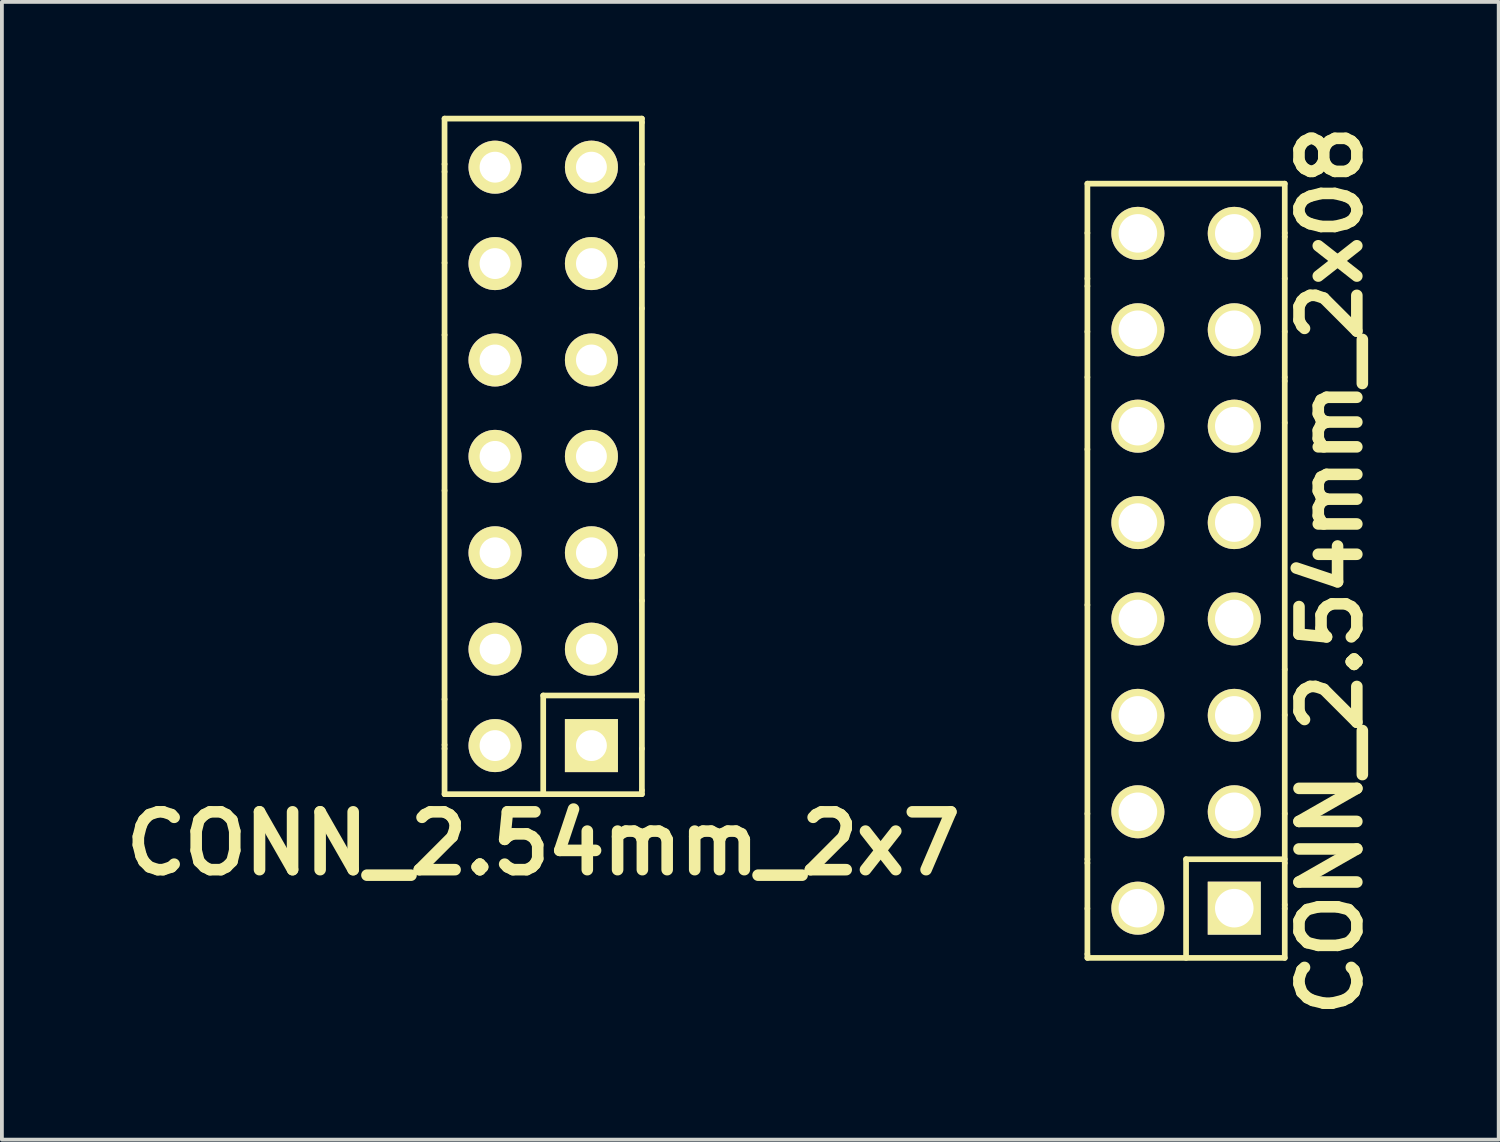
<source format=kicad_pcb>
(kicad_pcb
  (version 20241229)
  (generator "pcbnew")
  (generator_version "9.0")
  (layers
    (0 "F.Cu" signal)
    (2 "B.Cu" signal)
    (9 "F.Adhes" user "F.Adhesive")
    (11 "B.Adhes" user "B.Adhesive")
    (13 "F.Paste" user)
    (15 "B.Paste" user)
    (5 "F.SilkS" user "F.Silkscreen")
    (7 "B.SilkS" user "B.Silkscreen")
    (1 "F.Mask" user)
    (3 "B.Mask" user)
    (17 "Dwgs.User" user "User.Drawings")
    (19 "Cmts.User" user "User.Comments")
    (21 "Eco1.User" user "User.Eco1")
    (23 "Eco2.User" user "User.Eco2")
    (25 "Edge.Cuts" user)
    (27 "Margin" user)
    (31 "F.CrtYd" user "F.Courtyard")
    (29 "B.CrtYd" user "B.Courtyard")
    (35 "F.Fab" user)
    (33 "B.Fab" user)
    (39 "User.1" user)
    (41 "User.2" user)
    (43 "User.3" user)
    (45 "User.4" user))
  (footprint "CONN_2.54mm_2x08"
    (layer "F.Cu")
    (at 28.201 11.989)
    (property "Reference" "CONN_2.54mm_2x08" (at 3.81 0 90) (layer "F.SilkS") (effects (font (size 1.524 1.524) (thickness 0.305))))
    (attr through_hole)
    (fp_line (start -2.6 -10.2) (end -2.6 -8.9) (stroke (width 0.15) (type solid)) (layer "F.SilkS"))
    (fp_line (start -2.6 -8.9) (end -2.6 -7.7) (stroke (width 0.15) (type solid)) (layer "F.SilkS"))
    (fp_line (start -2.6 -7.5) (end -2.6 -7.7) (stroke (width 0.15) (type solid)) (layer "F.SilkS"))
    (fp_line (start -2.6 -6.3) (end -2.6 -7.5) (stroke (width 0.15) (type solid)) (layer "F.SilkS"))
    (fp_line (start -2.6 -5.1) (end -2.6 -6.3) (stroke (width 0.15) (type solid)) (layer "F.SilkS"))
    (fp_line (start -2.6 -5.1) (end -2.6 -3.2) (stroke (width 0.15) (type solid)) (layer "F.SilkS"))
    (fp_line (start -2.6 0.9) (end -2.6 -3.2) (stroke (width 0.15) (type solid)) (layer "F.SilkS"))
    (fp_line (start -2.6 6.4) (end -2.6 0.9) (stroke (width 0.15) (type solid)) (layer "F.SilkS"))
    (fp_line (start -2.6 6.4) (end -2.6 7.6) (stroke (width 0.15) (type solid)) (layer "F.SilkS"))
    (fp_line (start -2.6 7.6) (end -2.6 7.7) (stroke (width 0.15) (type solid)) (layer "F.SilkS"))
    (fp_line (start -2.6 8.9) (end -2.6 7.7) (stroke (width 0.15) (type solid)) (layer "F.SilkS"))
    (fp_line (start -2.6 8.9) (end -2.6 10.1) (stroke (width 0.15) (type solid)) (layer "F.SilkS"))
    (fp_line (start -2.6 10.1) (end -2.6 10.2) (stroke (width 0.15) (type solid)) (layer "F.SilkS"))
    (fp_line (start -2.6 10.2) (end 2.6 10.2) (stroke (width 0.15) (type solid)) (layer "F.SilkS"))
    (fp_line (start 0 7.6) (end 0 10.2) (stroke (width 0.15) (type solid)) (layer "F.SilkS"))
    (fp_line (start 0 7.6) (end 2.6 7.6) (stroke (width 0.15) (type solid)) (layer "F.SilkS"))
    (fp_line (start 2.6 -10.2) (end -2.6 -10.2) (stroke (width 0.15) (type solid)) (layer "F.SilkS"))
    (fp_line (start 2.6 -8.9) (end 2.6 -10.2) (stroke (width 0.15) (type solid)) (layer "F.SilkS"))
    (fp_line (start 2.6 -8.8) (end 2.6 -8.9) (stroke (width 0.15) (type solid)) (layer "F.SilkS"))
    (fp_line (start 2.6 -7.7) (end 2.6 -8.8) (stroke (width 0.15) (type solid)) (layer "F.SilkS"))
    (fp_line (start 2.6 -7.7) (end 2.6 -6.3) (stroke (width 0.15) (type solid)) (layer "F.SilkS"))
    (fp_line (start 2.6 -6.3) (end 2.6 -5.1) (stroke (width 0.15) (type solid)) (layer "F.SilkS"))
    (fp_line (start 2.6 -5) (end 2.6 -5.1) (stroke (width 0.15) (type solid)) (layer "F.SilkS"))
    (fp_line (start 2.6 -3.9) (end 2.6 -5) (stroke (width 0.15) (type solid)) (layer "F.SilkS"))
    (fp_line (start 2.6 2.6) (end 2.6 -3.9) (stroke (width 0.15) (type solid)) (layer "F.SilkS"))
    (fp_line (start 2.6 2.6) (end 2.6 3.8) (stroke (width 0.15) (type solid)) (layer "F.SilkS"))
    (fp_line (start 2.6 6.4) (end 2.6 3.8) (stroke (width 0.15) (type solid)) (layer "F.SilkS"))
    (fp_line (start 2.6 7.7) (end 2.6 6.4) (stroke (width 0.15) (type solid)) (layer "F.SilkS"))
    (fp_line (start 2.6 7.7) (end 2.6 8.8) (stroke (width 0.15) (type solid)) (layer "F.SilkS"))
    (fp_line (start 2.6 8.8) (end 2.6 8.9) (stroke (width 0.15) (type solid)) (layer "F.SilkS"))
    (fp_line (start 2.6 10.2) (end 2.6 8.9) (stroke (width 0.15) (type solid)) (layer "F.SilkS"))
    (pad "1" thru_hole rect (at 1.27 8.89) (size 1.397 1.397) (drill 1.016) (layers "*.Cu" "*.Mask" "F.SilkS"))
    (pad "2" thru_hole circle (at -1.27 8.89) (size 1.397 1.397) (drill 1.016) (layers "*.Cu" "*.Mask" "F.SilkS"))
    (pad "3" thru_hole circle (at 1.27 6.35) (size 1.397 1.397) (drill 1.016) (layers "*.Cu" "*.Mask" "F.SilkS"))
    (pad "4" thru_hole circle (at -1.27 6.35) (size 1.397 1.397) (drill 1.016) (layers "*.Cu" "*.Mask" "F.SilkS"))
    (pad "5" thru_hole circle (at 1.27 3.81) (size 1.397 1.397) (drill 1.016) (layers "*.Cu" "*.Mask" "F.SilkS"))
    (pad "6" thru_hole circle (at -1.27 3.81) (size 1.397 1.397) (drill 1.016) (layers "*.Cu" "*.Mask" "F.SilkS"))
    (pad "7" thru_hole circle (at 1.27 1.27) (size 1.397 1.397) (drill 1.016) (layers "*.Cu" "*.Mask" "F.SilkS"))
    (pad "8" thru_hole circle (at -1.27 1.27) (size 1.397 1.397) (drill 1.016) (layers "*.Cu" "*.Mask" "F.SilkS"))
    (pad "9" thru_hole circle (at 1.27 -1.27) (size 1.397 1.397) (drill 1.016) (layers "*.Cu" "*.Mask" "F.SilkS"))
    (pad "10" thru_hole circle (at -1.27 -1.27) (size 1.397 1.397) (drill 1.016) (layers "*.Cu" "*.Mask" "F.SilkS"))
    (pad "11" thru_hole circle (at 1.27 -3.81) (size 1.397 1.397) (drill 1.016) (layers "*.Cu" "*.Mask" "F.SilkS"))
    (pad "12" thru_hole circle (at -1.27 -3.81) (size 1.397 1.397) (drill 1.016) (layers "*.Cu" "*.Mask" "F.SilkS"))
    (pad "13" thru_hole circle (at 1.27 -6.35) (size 1.397 1.397) (drill 1.016) (layers "*.Cu" "*.Mask" "F.SilkS"))
    (pad "14" thru_hole circle (at -1.27 -6.35) (size 1.397 1.397) (drill 1.016) (layers "*.Cu" "*.Mask" "F.SilkS"))
    (pad "15" thru_hole circle (at 1.27 -8.89) (size 1.397 1.397) (drill 1.016) (layers "*.Cu" "*.Mask" "F.SilkS"))
    (pad "16" thru_hole circle (at -1.27 -8.89) (size 1.397 1.397) (drill 1.016) (layers "*.Cu" "*.Mask" "F.SilkS")))
  (footprint "CONN_2.54mm_2x7"
    (layer "F.Cu")
    (at 11.263 8.975)
    (property "Reference" "CONN_2.54mm_2x7" (at 0 10.2 0) (layer "F.SilkS") (effects (font (size 1.524 1.524) (thickness 0.305))))
    (attr through_hole)
    (fp_line (start -2.6 -8.9) (end -2.6 -7.7) (stroke (width 0.15) (type solid)) (layer "F.SilkS"))
    (fp_line (start -2.6 -7.5) (end -2.6 -7.7) (stroke (width 0.15) (type solid)) (layer "F.SilkS"))
    (fp_line (start -2.6 -6.3) (end -2.6 -7.5) (stroke (width 0.15) (type solid)) (layer "F.SilkS"))
    (fp_line (start -2.6 -5.1) (end -2.6 -6.3) (stroke (width 0.15) (type solid)) (layer "F.SilkS"))
    (fp_line (start -2.6 -5.1) (end -2.6 -3.2) (stroke (width 0.15) (type solid)) (layer "F.SilkS"))
    (fp_line (start -2.6 0.9) (end -2.6 -3.2) (stroke (width 0.15) (type solid)) (layer "F.SilkS"))
    (fp_line (start -2.6 6.4) (end -2.6 0.9) (stroke (width 0.15) (type solid)) (layer "F.SilkS"))
    (fp_line (start -2.6 6.4) (end -2.6 7.6) (stroke (width 0.15) (type solid)) (layer "F.SilkS"))
    (fp_line (start -2.6 7.6) (end -2.6 7.7) (stroke (width 0.15) (type solid)) (layer "F.SilkS"))
    (fp_line (start -2.6 8.9) (end -2.6 7.7) (stroke (width 0.15) (type solid)) (layer "F.SilkS"))
    (fp_line (start 0 6.3) (end 2.6 6.3) (stroke (width 0.15) (type solid)) (layer "F.SilkS"))
    (fp_line (start 0 8.9) (end 0 6.3) (stroke (width 0.15) (type solid)) (layer "F.SilkS"))
    (fp_line (start 2.6 -8.9) (end -2.6 -8.9) (stroke (width 0.15) (type solid)) (layer "F.SilkS"))
    (fp_line (start 2.6 -8.8) (end 2.6 -8.9) (stroke (width 0.15) (type solid)) (layer "F.SilkS"))
    (fp_line (start 2.6 -7.7) (end 2.6 -8.8) (stroke (width 0.15) (type solid)) (layer "F.SilkS"))
    (fp_line (start 2.6 -7.7) (end 2.6 -6.3) (stroke (width 0.15) (type solid)) (layer "F.SilkS"))
    (fp_line (start 2.6 -6.3) (end 2.6 -5.1) (stroke (width 0.15) (type solid)) (layer "F.SilkS"))
    (fp_line (start 2.6 -5) (end 2.6 -5.1) (stroke (width 0.15) (type solid)) (layer "F.SilkS"))
    (fp_line (start 2.6 -3.9) (end 2.6 -5) (stroke (width 0.15) (type solid)) (layer "F.SilkS"))
    (fp_line (start 2.6 2.6) (end 2.6 -3.9) (stroke (width 0.15) (type solid)) (layer "F.SilkS"))
    (fp_line (start 2.6 2.6) (end 2.6 3.8) (stroke (width 0.15) (type solid)) (layer "F.SilkS"))
    (fp_line (start 2.6 6.4) (end 2.6 3.8) (stroke (width 0.15) (type solid)) (layer "F.SilkS"))
    (fp_line (start 2.6 7.7) (end 2.6 6.4) (stroke (width 0.15) (type solid)) (layer "F.SilkS"))
    (fp_line (start 2.6 7.7) (end 2.6 8.8) (stroke (width 0.15) (type solid)) (layer "F.SilkS"))
    (fp_line (start 2.6 8.8) (end 2.6 8.9) (stroke (width 0.15) (type solid)) (layer "F.SilkS"))
    (fp_line (start 2.6 8.9) (end -2.6 8.9) (stroke (width 0.15) (type solid)) (layer "F.SilkS"))
    (pad "1" thru_hole rect (at 1.27 7.62) (size 1.397 1.397) (drill 0.813) (layers "*.Cu" "*.Mask" "F.SilkS"))
    (pad "2" thru_hole circle (at -1.27 7.62) (size 1.397 1.397) (drill 0.813) (layers "*.Cu" "*.Mask" "F.SilkS"))
    (pad "3" thru_hole circle (at 1.27 5.08) (size 1.397 1.397) (drill 0.813) (layers "*.Cu" "*.Mask" "F.SilkS"))
    (pad "4" thru_hole circle (at -1.27 5.08) (size 1.397 1.397) (drill 0.813) (layers "*.Cu" "*.Mask" "F.SilkS"))
    (pad "5" thru_hole circle (at 1.27 2.54) (size 1.397 1.397) (drill 0.813) (layers "*.Cu" "*.Mask" "F.SilkS"))
    (pad "6" thru_hole circle (at -1.27 2.54) (size 1.397 1.397) (drill 0.813) (layers "*.Cu" "*.Mask" "F.SilkS"))
    (pad "7" thru_hole circle (at 1.27 0) (size 1.397 1.397) (drill 0.813) (layers "*.Cu" "*.Mask" "F.SilkS"))
    (pad "8" thru_hole circle (at -1.27 0) (size 1.397 1.397) (drill 0.813) (layers "*.Cu" "*.Mask" "F.SilkS"))
    (pad "9" thru_hole circle (at 1.27 -2.54) (size 1.397 1.397) (drill 0.813) (layers "*.Cu" "*.Mask" "F.SilkS"))
    (pad "10" thru_hole circle (at -1.27 -2.54) (size 1.397 1.397) (drill 0.813) (layers "*.Cu" "*.Mask" "F.SilkS"))
    (pad "11" thru_hole circle (at 1.27 -5.08) (size 1.397 1.397) (drill 0.813) (layers "*.Cu" "*.Mask" "F.SilkS"))
    (pad "12" thru_hole circle (at -1.27 -5.08) (size 1.397 1.397) (drill 0.813) (layers "*.Cu" "*.Mask" "F.SilkS"))
    (pad "13" thru_hole circle (at 1.27 -7.62) (size 1.397 1.397) (drill 0.813) (layers "*.Cu" "*.Mask" "F.SilkS"))
    (pad "14" thru_hole circle (at -1.27 -7.62) (size 1.397 1.397) (drill 0.813) (layers "*.Cu" "*.Mask" "F.SilkS")))
  (gr_rect
    (start -3 -3)
    (end 36.438 26.978)
    (stroke (width 0.1) (type default))
    (fill no)
    (layer "Edge.Cuts")))
</source>
